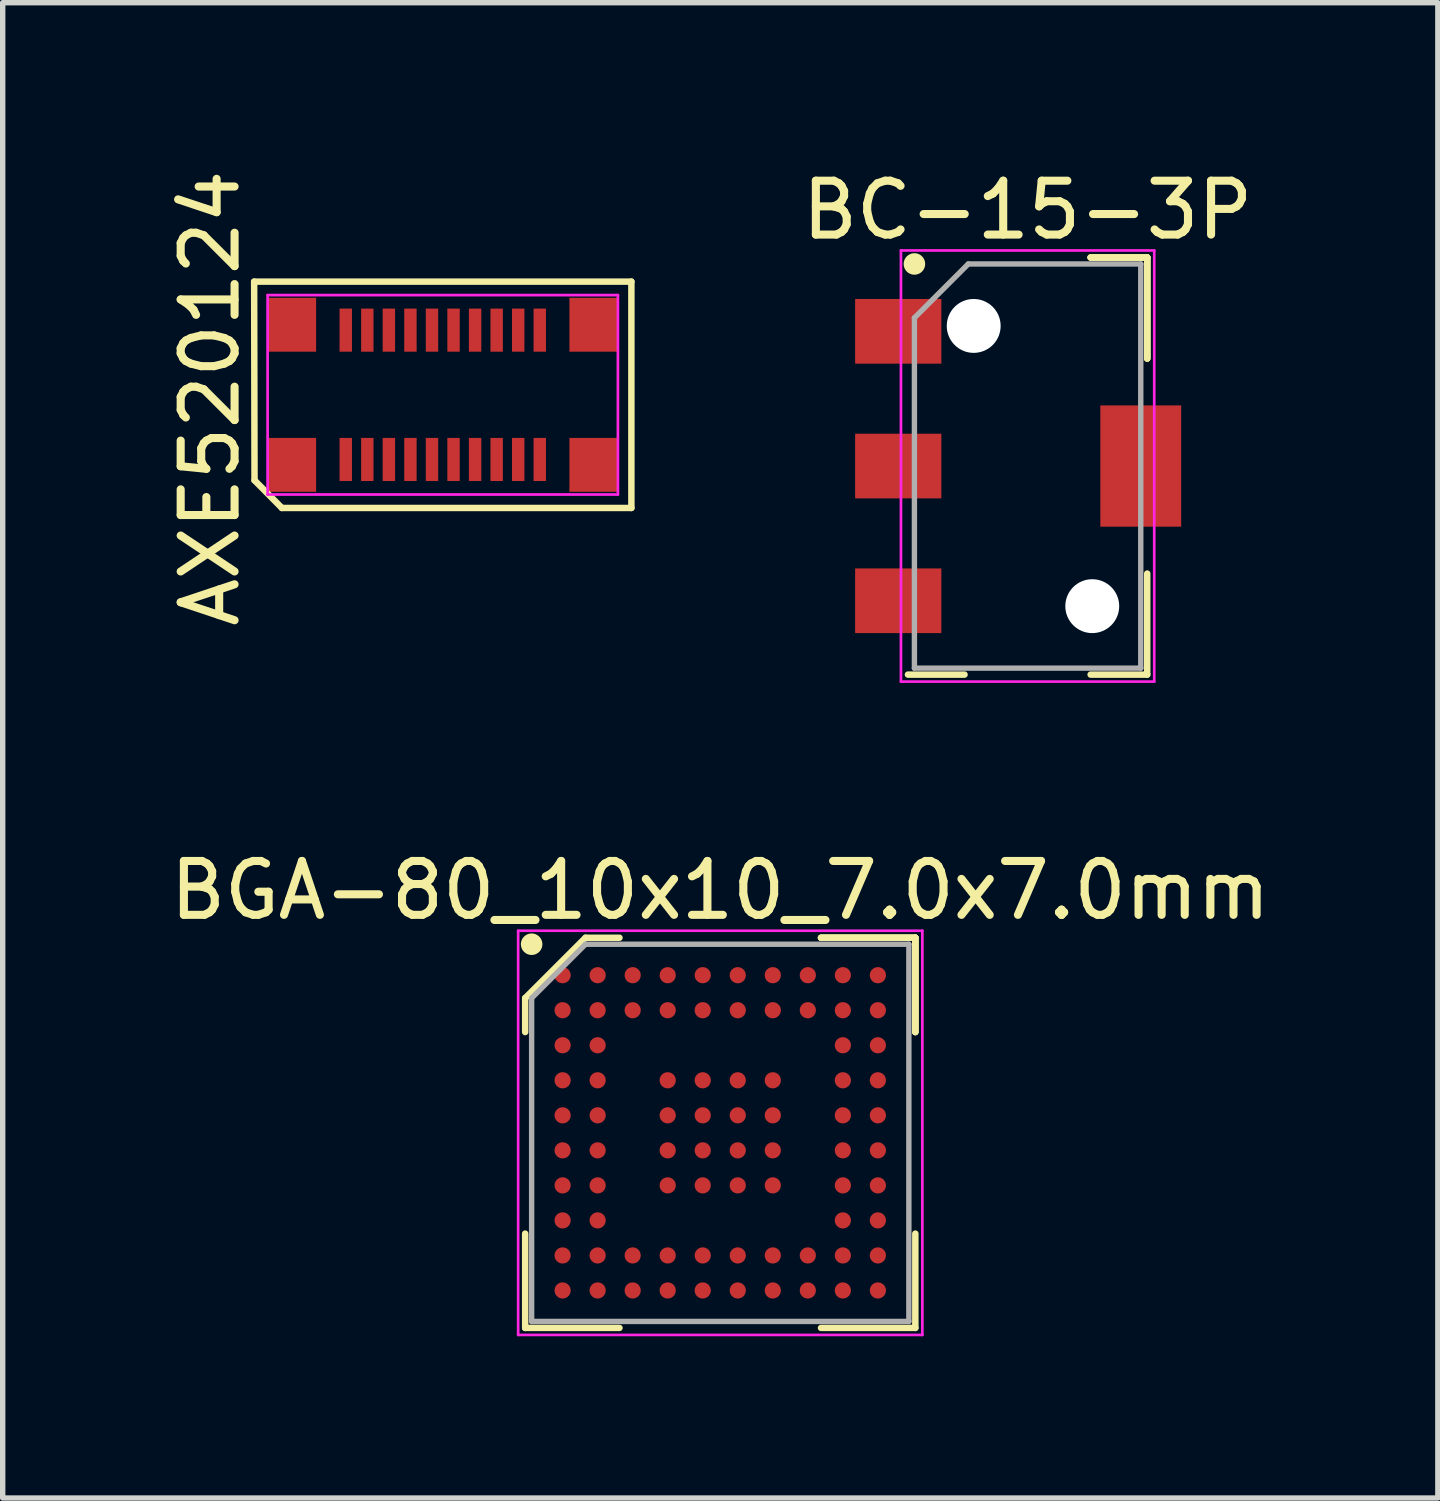
<source format=kicad_pcb>
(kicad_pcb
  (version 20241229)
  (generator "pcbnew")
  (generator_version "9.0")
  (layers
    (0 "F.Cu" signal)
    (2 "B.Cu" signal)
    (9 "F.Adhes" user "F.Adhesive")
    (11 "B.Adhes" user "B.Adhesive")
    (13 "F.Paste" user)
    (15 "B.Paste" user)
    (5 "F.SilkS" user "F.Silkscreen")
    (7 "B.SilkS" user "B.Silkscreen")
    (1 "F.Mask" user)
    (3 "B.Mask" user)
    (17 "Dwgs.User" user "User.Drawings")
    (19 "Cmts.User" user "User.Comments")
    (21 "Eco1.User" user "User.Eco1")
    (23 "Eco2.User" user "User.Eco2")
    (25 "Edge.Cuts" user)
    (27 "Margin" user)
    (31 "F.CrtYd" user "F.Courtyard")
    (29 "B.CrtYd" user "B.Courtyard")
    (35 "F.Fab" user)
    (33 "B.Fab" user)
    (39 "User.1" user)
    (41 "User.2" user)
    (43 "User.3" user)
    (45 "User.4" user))
  (footprint "BC-15-3P"
    (layer "F.Cu")
    (at 16.018 5.598)
    (property "Reference" "BC-15-3P" (at 0 -4.75 0) (layer "F.SilkS") (effects (font (size 1 1) (thickness 0.15))))
    (attr smd)
    (fp_line (start -1.17 3.87) (end -2.22 3.87) (stroke (width 0.12) (type solid)) (layer "F.SilkS"))
    (fp_line (start 1.17 -3.87) (end 2.22 -3.87) (stroke (width 0.12) (type solid)) (layer "F.SilkS"))
    (fp_line (start 1.17 -3.87) (end 2.22 -3.87) (stroke (width 0.12) (type solid)) (layer "F.SilkS"))
    (fp_line (start 1.17 -3.87) (end 2.22 -3.87) (stroke (width 0.12) (type solid)) (layer "F.SilkS"))
    (fp_line (start 1.17 3.87) (end 2.22 3.87) (stroke (width 0.12) (type solid)) (layer "F.SilkS"))
    (fp_line (start 2.22 -3.87) (end 2.22 -1.995) (stroke (width 0.12) (type solid)) (layer "F.SilkS"))
    (fp_line (start 2.22 -3.87) (end 2.22 -1.995) (stroke (width 0.12) (type solid)) (layer "F.SilkS"))
    (fp_line (start 2.22 -3.87) (end 2.22 -1.995) (stroke (width 0.12) (type solid)) (layer "F.SilkS"))
    (fp_line (start 2.22 3.87) (end 2.22 1.995) (stroke (width 0.12) (type solid)) (layer "F.SilkS"))
    (fp_circle (center -2.1 -3.75) (end -2.1 -3.65) (stroke (width 0.2) (type solid)) (fill no) (layer "F.SilkS"))
    (fp_line (start -2.35 -4) (end 2.35 -4) (stroke (width 0.05) (type solid)) (layer "F.CrtYd"))
    (fp_line (start -2.35 4) (end -2.35 -4) (stroke (width 0.05) (type solid)) (layer "F.CrtYd"))
    (fp_line (start 2.35 -4) (end 2.35 4) (stroke (width 0.05) (type solid)) (layer "F.CrtYd"))
    (fp_line (start 2.35 4) (end -2.35 4) (stroke (width 0.05) (type solid)) (layer "F.CrtYd"))
    (fp_line (start -2.1 -2.75) (end -2.1 3.75) (stroke (width 0.1) (type solid)) (layer "F.Fab"))
    (fp_line (start -2.1 3.75) (end 2.1 3.75) (stroke (width 0.1) (type solid)) (layer "F.Fab"))
    (fp_line (start -1.1 -3.75) (end -2.1 -2.75) (stroke (width 0.1) (type solid)) (layer "F.Fab"))
    (fp_line (start 2.1 -3.75) (end -1.1 -3.75) (stroke (width 0.1) (type solid)) (layer "F.Fab"))
    (fp_line (start 2.1 3.75) (end 2.1 -3.75) (stroke (width 0.1) (type solid)) (layer "F.Fab"))
    (pad "" np_thru_hole circle (at -1 -2.6) (size 1 1) (drill 1) (layers "*.Cu" "*.Mask"))
    (pad "" np_thru_hole circle (at 1.2 2.6) (size 1 1) (drill 1) (layers "*.Cu" "*.Mask"))
    (pad "1" smd rect (at -2.4 -2.5) (size 1.6 1.2) (layers "F.Cu" "F.Mask" "F.Paste"))
    (pad "2" smd rect (at -2.4 0) (size 1.6 1.2) (layers "F.Cu" "F.Mask" "F.Paste"))
    (pad "3" smd rect (at -2.4 2.5) (size 1.6 1.2) (layers "F.Cu" "F.Mask" "F.Paste"))
    (pad "MP" smd rect (at 2.1 0) (size 1.5 2.25) (layers "F.Cu" "F.Mask" "F.Paste")))
  (footprint "AXE520124"
    (layer "F.Cu")
    (at 5.166 4.276)
    (property "Reference" "AXE520124" (at -4.318 0.064 90) (layer "F.SilkS") (effects (font (size 1 1) (thickness 0.15))))
    (attr smd)
    (fp_line (start -3.5 -2.1) (end 3.5 -2.1) (stroke (width 0.12) (type solid)) (layer "F.SilkS"))
    (fp_line (start -3.493 1.587) (end -3.5 -2.1) (stroke (width 0.12) (type solid)) (layer "F.SilkS"))
    (fp_line (start -2.985 2.1) (end -3.493 1.587) (stroke (width 0.12) (type solid)) (layer "F.SilkS"))
    (fp_line (start 3.5 -2.1) (end 3.5 2.1) (stroke (width 0.12) (type solid)) (layer "F.SilkS"))
    (fp_line (start 3.5 2.1) (end -2.985 2.1) (stroke (width 0.12) (type solid)) (layer "F.SilkS"))
    (fp_line (start -3.25 -1.85) (end 3.25 -1.85) (stroke (width 0.05) (type solid)) (layer "F.CrtYd"))
    (fp_line (start -3.25 1.85) (end -3.25 -1.85) (stroke (width 0.05) (type solid)) (layer "F.CrtYd"))
    (fp_line (start 3.25 -1.85) (end 3.25 1.85) (stroke (width 0.05) (type solid)) (layer "F.CrtYd"))
    (fp_line (start 3.25 1.85) (end -3.25 1.85) (stroke (width 0.05) (type solid)) (layer "F.CrtYd"))
    (pad "1" smd rect (at -1.8 1.2) (size 0.23 0.8) (layers "F.Cu" "F.Mask" "F.Paste"))
    (pad "2" smd rect (at -1.4 1.2) (size 0.23 0.8) (layers "F.Cu" "F.Mask" "F.Paste"))
    (pad "3" smd rect (at -1 1.2) (size 0.23 0.8) (layers "F.Cu" "F.Mask" "F.Paste"))
    (pad "4" smd rect (at -0.6 1.2) (size 0.23 0.8) (layers "F.Cu" "F.Mask" "F.Paste"))
    (pad "5" smd rect (at -0.2 1.2) (size 0.23 0.8) (layers "F.Cu" "F.Mask" "F.Paste"))
    (pad "6" smd rect (at 0.2 1.2) (size 0.23 0.8) (layers "F.Cu" "F.Mask" "F.Paste"))
    (pad "7" smd rect (at 0.6 1.2) (size 0.23 0.8) (layers "F.Cu" "F.Mask" "F.Paste"))
    (pad "8" smd rect (at 1 1.2) (size 0.23 0.8) (layers "F.Cu" "F.Mask" "F.Paste"))
    (pad "9" smd rect (at 1.4 1.2) (size 0.23 0.8) (layers "F.Cu" "F.Mask" "F.Paste"))
    (pad "10" smd rect (at 1.8 1.2) (size 0.23 0.8) (layers "F.Cu" "F.Mask" "F.Paste"))
    (pad "11" smd rect (at -1.8 -1.2) (size 0.23 0.8) (layers "F.Cu" "F.Mask" "F.Paste"))
    (pad "12" smd rect (at -1.4 -1.2) (size 0.23 0.8) (layers "F.Cu" "F.Mask" "F.Paste"))
    (pad "13" smd rect (at -1 -1.2) (size 0.23 0.8) (layers "F.Cu" "F.Mask" "F.Paste"))
    (pad "14" smd rect (at -0.6 -1.2) (size 0.23 0.8) (layers "F.Cu" "F.Mask" "F.Paste"))
    (pad "15" smd rect (at -0.2 -1.2) (size 0.23 0.8) (layers "F.Cu" "F.Mask" "F.Paste"))
    (pad "16" smd rect (at 0.2 -1.2) (size 0.23 0.8) (layers "F.Cu" "F.Mask" "F.Paste"))
    (pad "17" smd rect (at 0.6 -1.2) (size 0.23 0.8) (layers "F.Cu" "F.Mask" "F.Paste"))
    (pad "18" smd rect (at 1 -1.2) (size 0.23 0.8) (layers "F.Cu" "F.Mask" "F.Paste"))
    (pad "19" smd rect (at 1.4 -1.2) (size 0.23 0.8) (layers "F.Cu" "F.Mask" "F.Paste"))
    (pad "20" smd rect (at 1.8 -1.2) (size 0.23 0.8) (layers "F.Cu" "F.Mask" "F.Paste"))
    (pad "MP" smd rect (at -2.8 -1.3) (size 0.9 1) (layers "F.Cu" "F.Mask" "F.Paste"))
    (pad "MP" smd rect (at -2.8 1.3) (size 0.9 1) (layers "F.Cu" "F.Mask" "F.Paste"))
    (pad "MP" smd rect (at 2.8 -1.3) (size 0.9 1) (layers "F.Cu" "F.Mask" "F.Paste"))
    (pad "MP" smd rect (at 2.8 1.3) (size 0.9 1) (layers "F.Cu" "F.Mask" "F.Paste")))
  (footprint "BGA-80_10x10_7.0x7.0mm"
    (layer "F.Cu")
    (at 10.315 17.971)
    (property "Reference" "BGA-80_10x10_7.0x7.0mm" (at 0 -4.5 0) (layer "F.SilkS") (effects (font (size 1 1) (thickness 0.15))))
    (attr smd)
    (fp_line (start -3.62 -2.5) (end -3.62 -1.87) (stroke (width 0.12) (type solid)) (layer "F.SilkS"))
    (fp_line (start -3.62 3.62) (end -3.62 1.87) (stroke (width 0.12) (type solid)) (layer "F.SilkS"))
    (fp_line (start -2.5 -3.62) (end -3.62 -2.5) (stroke (width 0.12) (type solid)) (layer "F.SilkS"))
    (fp_line (start -1.87 -3.62) (end -2.5 -3.62) (stroke (width 0.12) (type solid)) (layer "F.SilkS"))
    (fp_line (start -1.87 3.62) (end -3.62 3.62) (stroke (width 0.12) (type solid)) (layer "F.SilkS"))
    (fp_line (start 1.87 -3.62) (end 3.62 -3.62) (stroke (width 0.12) (type solid)) (layer "F.SilkS"))
    (fp_line (start 1.87 -3.62) (end 3.62 -3.62) (stroke (width 0.12) (type solid)) (layer "F.SilkS"))
    (fp_line (start 1.87 -3.62) (end 3.62 -3.62) (stroke (width 0.12) (type solid)) (layer "F.SilkS"))
    (fp_line (start 1.87 3.62) (end 3.62 3.62) (stroke (width 0.12) (type solid)) (layer "F.SilkS"))
    (fp_line (start 3.62 -3.62) (end 3.62 -1.87) (stroke (width 0.12) (type solid)) (layer "F.SilkS"))
    (fp_line (start 3.62 -3.62) (end 3.62 -1.87) (stroke (width 0.12) (type solid)) (layer "F.SilkS"))
    (fp_line (start 3.62 -3.62) (end 3.62 -1.87) (stroke (width 0.12) (type solid)) (layer "F.SilkS"))
    (fp_line (start 3.62 3.62) (end 3.62 1.87) (stroke (width 0.12) (type solid)) (layer "F.SilkS"))
    (fp_circle (center -3.5 -3.5) (end -3.5 -3.4) (stroke (width 0.2) (type solid)) (fill no) (layer "F.SilkS"))
    (fp_line (start -3.75 -3.75) (end 3.75 -3.75) (stroke (width 0.05) (type solid)) (layer "F.CrtYd"))
    (fp_line (start -3.75 3.75) (end -3.75 -3.75) (stroke (width 0.05) (type solid)) (layer "F.CrtYd"))
    (fp_line (start 3.75 -3.75) (end 3.75 3.75) (stroke (width 0.05) (type solid)) (layer "F.CrtYd"))
    (fp_line (start 3.75 3.75) (end -3.75 3.75) (stroke (width 0.05) (type solid)) (layer "F.CrtYd"))
    (fp_line (start -3.5 -2.5) (end -3.5 3.5) (stroke (width 0.1) (type solid)) (layer "F.Fab"))
    (fp_line (start -3.5 3.5) (end 3.5 3.5) (stroke (width 0.1) (type solid)) (layer "F.Fab"))
    (fp_line (start -2.5 -3.5) (end -3.5 -2.5) (stroke (width 0.1) (type solid)) (layer "F.Fab"))
    (fp_line (start 3.5 -3.5) (end -2.5 -3.5) (stroke (width 0.1) (type solid)) (layer "F.Fab"))
    (fp_line (start 3.5 3.5) (end 3.5 -3.5) (stroke (width 0.1) (type solid)) (layer "F.Fab"))
    (pad "A1" smd circle (at -2.925 -2.925) (size 0.3 0.3) (layers "F.Cu" "F.Mask" "F.Paste"))
    (pad "A2" smd circle (at -2.275 -2.925) (size 0.3 0.3) (layers "F.Cu" "F.Mask" "F.Paste"))
    (pad "A3" smd circle (at -1.625 -2.925) (size 0.3 0.3) (layers "F.Cu" "F.Mask" "F.Paste"))
    (pad "A4" smd circle (at -0.975 -2.925) (size 0.3 0.3) (layers "F.Cu" "F.Mask" "F.Paste"))
    (pad "A5" smd circle (at -0.325 -2.925) (size 0.3 0.3) (layers "F.Cu" "F.Mask" "F.Paste"))
    (pad "A6" smd circle (at 0.325 -2.925) (size 0.3 0.3) (layers "F.Cu" "F.Mask" "F.Paste"))
    (pad "A7" smd circle (at 0.975 -2.925) (size 0.3 0.3) (layers "F.Cu" "F.Mask" "F.Paste"))
    (pad "A8" smd circle (at 1.625 -2.925) (size 0.3 0.3) (layers "F.Cu" "F.Mask" "F.Paste"))
    (pad "A9" smd circle (at 2.275 -2.925) (size 0.3 0.3) (layers "F.Cu" "F.Mask" "F.Paste"))
    (pad "A10" smd circle (at 2.925 -2.925) (size 0.3 0.3) (layers "F.Cu" "F.Mask" "F.Paste"))
    (pad "B1" smd circle (at -2.925 -2.275) (size 0.3 0.3) (layers "F.Cu" "F.Mask" "F.Paste"))
    (pad "B2" smd circle (at -2.275 -2.275) (size 0.3 0.3) (layers "F.Cu" "F.Mask" "F.Paste"))
    (pad "B3" smd circle (at -1.625 -2.275) (size 0.3 0.3) (layers "F.Cu" "F.Mask" "F.Paste"))
    (pad "B4" smd circle (at -0.975 -2.275) (size 0.3 0.3) (layers "F.Cu" "F.Mask" "F.Paste"))
    (pad "B5" smd circle (at -0.325 -2.275) (size 0.3 0.3) (layers "F.Cu" "F.Mask" "F.Paste"))
    (pad "B6" smd circle (at 0.325 -2.275) (size 0.3 0.3) (layers "F.Cu" "F.Mask" "F.Paste"))
    (pad "B7" smd circle (at 0.975 -2.275) (size 0.3 0.3) (layers "F.Cu" "F.Mask" "F.Paste"))
    (pad "B8" smd circle (at 1.625 -2.275) (size 0.3 0.3) (layers "F.Cu" "F.Mask" "F.Paste"))
    (pad "B9" smd circle (at 2.275 -2.275) (size 0.3 0.3) (layers "F.Cu" "F.Mask" "F.Paste"))
    (pad "B10" smd circle (at 2.925 -2.275) (size 0.3 0.3) (layers "F.Cu" "F.Mask" "F.Paste"))
    (pad "C1" smd circle (at -2.925 -1.625) (size 0.3 0.3) (layers "F.Cu" "F.Mask" "F.Paste"))
    (pad "C2" smd circle (at -2.275 -1.625) (size 0.3 0.3) (layers "F.Cu" "F.Mask" "F.Paste"))
    (pad "C9" smd circle (at 2.275 -1.625) (size 0.3 0.3) (layers "F.Cu" "F.Mask" "F.Paste"))
    (pad "C10" smd circle (at 2.925 -1.625) (size 0.3 0.3) (layers "F.Cu" "F.Mask" "F.Paste"))
    (pad "D1" smd circle (at -2.925 -0.975) (size 0.3 0.3) (layers "F.Cu" "F.Mask" "F.Paste"))
    (pad "D2" smd circle (at -2.275 -0.975) (size 0.3 0.3) (layers "F.Cu" "F.Mask" "F.Paste"))
    (pad "D4" smd circle (at -0.975 -0.975) (size 0.3 0.3) (layers "F.Cu" "F.Mask" "F.Paste"))
    (pad "D5" smd circle (at -0.325 -0.975) (size 0.3 0.3) (layers "F.Cu" "F.Mask" "F.Paste"))
    (pad "D6" smd circle (at 0.325 -0.975) (size 0.3 0.3) (layers "F.Cu" "F.Mask" "F.Paste"))
    (pad "D7" smd circle (at 0.975 -0.975) (size 0.3 0.3) (layers "F.Cu" "F.Mask" "F.Paste"))
    (pad "D9" smd circle (at 2.275 -0.975) (size 0.3 0.3) (layers "F.Cu" "F.Mask" "F.Paste"))
    (pad "D10" smd circle (at 2.925 -0.975) (size 0.3 0.3) (layers "F.Cu" "F.Mask" "F.Paste"))
    (pad "E1" smd circle (at -2.925 -0.325) (size 0.3 0.3) (layers "F.Cu" "F.Mask" "F.Paste"))
    (pad "E2" smd circle (at -2.275 -0.325) (size 0.3 0.3) (layers "F.Cu" "F.Mask" "F.Paste"))
    (pad "E4" smd circle (at -0.975 -0.325) (size 0.3 0.3) (layers "F.Cu" "F.Mask" "F.Paste"))
    (pad "E5" smd circle (at -0.325 -0.325) (size 0.3 0.3) (layers "F.Cu" "F.Mask" "F.Paste"))
    (pad "E6" smd circle (at 0.325 -0.325) (size 0.3 0.3) (layers "F.Cu" "F.Mask" "F.Paste"))
    (pad "E7" smd circle (at 0.975 -0.325) (size 0.3 0.3) (layers "F.Cu" "F.Mask" "F.Paste"))
    (pad "E9" smd circle (at 2.275 -0.325) (size 0.3 0.3) (layers "F.Cu" "F.Mask" "F.Paste"))
    (pad "E10" smd circle (at 2.925 -0.325) (size 0.3 0.3) (layers "F.Cu" "F.Mask" "F.Paste"))
    (pad "F1" smd circle (at -2.925 0.325) (size 0.3 0.3) (layers "F.Cu" "F.Mask" "F.Paste"))
    (pad "F2" smd circle (at -2.275 0.325) (size 0.3 0.3) (layers "F.Cu" "F.Mask" "F.Paste"))
    (pad "F4" smd circle (at -0.975 0.325) (size 0.3 0.3) (layers "F.Cu" "F.Mask" "F.Paste"))
    (pad "F5" smd circle (at -0.325 0.325) (size 0.3 0.3) (layers "F.Cu" "F.Mask" "F.Paste"))
    (pad "F6" smd circle (at 0.325 0.325) (size 0.3 0.3) (layers "F.Cu" "F.Mask" "F.Paste"))
    (pad "F7" smd circle (at 0.975 0.325) (size 0.3 0.3) (layers "F.Cu" "F.Mask" "F.Paste"))
    (pad "F9" smd circle (at 2.275 0.325) (size 0.3 0.3) (layers "F.Cu" "F.Mask" "F.Paste"))
    (pad "F10" smd circle (at 2.925 0.325) (size 0.3 0.3) (layers "F.Cu" "F.Mask" "F.Paste"))
    (pad "G1" smd circle (at -2.925 0.975) (size 0.3 0.3) (layers "F.Cu" "F.Mask" "F.Paste"))
    (pad "G2" smd circle (at -2.275 0.975) (size 0.3 0.3) (layers "F.Cu" "F.Mask" "F.Paste"))
    (pad "G4" smd circle (at -0.975 0.975) (size 0.3 0.3) (layers "F.Cu" "F.Mask" "F.Paste"))
    (pad "G5" smd circle (at -0.325 0.975) (size 0.3 0.3) (layers "F.Cu" "F.Mask" "F.Paste"))
    (pad "G6" smd circle (at 0.325 0.975) (size 0.3 0.3) (layers "F.Cu" "F.Mask" "F.Paste"))
    (pad "G7" smd circle (at 0.975 0.975) (size 0.3 0.3) (layers "F.Cu" "F.Mask" "F.Paste"))
    (pad "G9" smd circle (at 2.275 0.975) (size 0.3 0.3) (layers "F.Cu" "F.Mask" "F.Paste"))
    (pad "G10" smd circle (at 2.925 0.975) (size 0.3 0.3) (layers "F.Cu" "F.Mask" "F.Paste"))
    (pad "H1" smd circle (at -2.925 1.625) (size 0.3 0.3) (layers "F.Cu" "F.Mask" "F.Paste"))
    (pad "H2" smd circle (at -2.275 1.625) (size 0.3 0.3) (layers "F.Cu" "F.Mask" "F.Paste"))
    (pad "H9" smd circle (at 2.275 1.625) (size 0.3 0.3) (layers "F.Cu" "F.Mask" "F.Paste"))
    (pad "H10" smd circle (at 2.925 1.625) (size 0.3 0.3) (layers "F.Cu" "F.Mask" "F.Paste"))
    (pad "J1" smd circle (at -2.925 2.275) (size 0.3 0.3) (layers "F.Cu" "F.Mask" "F.Paste"))
    (pad "J2" smd circle (at -2.275 2.275) (size 0.3 0.3) (layers "F.Cu" "F.Mask" "F.Paste"))
    (pad "J3" smd circle (at -1.625 2.275) (size 0.3 0.3) (layers "F.Cu" "F.Mask" "F.Paste"))
    (pad "J4" smd circle (at -0.975 2.275) (size 0.3 0.3) (layers "F.Cu" "F.Mask" "F.Paste"))
    (pad "J5" smd circle (at -0.325 2.275) (size 0.3 0.3) (layers "F.Cu" "F.Mask" "F.Paste"))
    (pad "J6" smd circle (at 0.325 2.275) (size 0.3 0.3) (layers "F.Cu" "F.Mask" "F.Paste"))
    (pad "J7" smd circle (at 0.975 2.275) (size 0.3 0.3) (layers "F.Cu" "F.Mask" "F.Paste"))
    (pad "J8" smd circle (at 1.625 2.275) (size 0.3 0.3) (layers "F.Cu" "F.Mask" "F.Paste"))
    (pad "J9" smd circle (at 2.275 2.275) (size 0.3 0.3) (layers "F.Cu" "F.Mask" "F.Paste"))
    (pad "J10" smd circle (at 2.925 2.275) (size 0.3 0.3) (layers "F.Cu" "F.Mask" "F.Paste"))
    (pad "K1" smd circle (at -2.925 2.925) (size 0.3 0.3) (layers "F.Cu" "F.Mask" "F.Paste"))
    (pad "K2" smd circle (at -2.275 2.925) (size 0.3 0.3) (layers "F.Cu" "F.Mask" "F.Paste"))
    (pad "K3" smd circle (at -1.625 2.925) (size 0.3 0.3) (layers "F.Cu" "F.Mask" "F.Paste"))
    (pad "K4" smd circle (at -0.975 2.925) (size 0.3 0.3) (layers "F.Cu" "F.Mask" "F.Paste"))
    (pad "K5" smd circle (at -0.325 2.925) (size 0.3 0.3) (layers "F.Cu" "F.Mask" "F.Paste"))
    (pad "K6" smd circle (at 0.325 2.925) (size 0.3 0.3) (layers "F.Cu" "F.Mask" "F.Paste"))
    (pad "K7" smd circle (at 0.975 2.925) (size 0.3 0.3) (layers "F.Cu" "F.Mask" "F.Paste"))
    (pad "K8" smd circle (at 1.625 2.925) (size 0.3 0.3) (layers "F.Cu" "F.Mask" "F.Paste"))
    (pad "K9" smd circle (at 2.275 2.925) (size 0.3 0.3) (layers "F.Cu" "F.Mask" "F.Paste"))
    (pad "K10" smd circle (at 2.925 2.925) (size 0.3 0.3) (layers "F.Cu" "F.Mask" "F.Paste")))
  (gr_rect
    (start -3 -3)
    (end 23.631 24.747)
    (stroke (width 0.1) (type default))
    (fill no)
    (layer "Edge.Cuts")))
</source>
